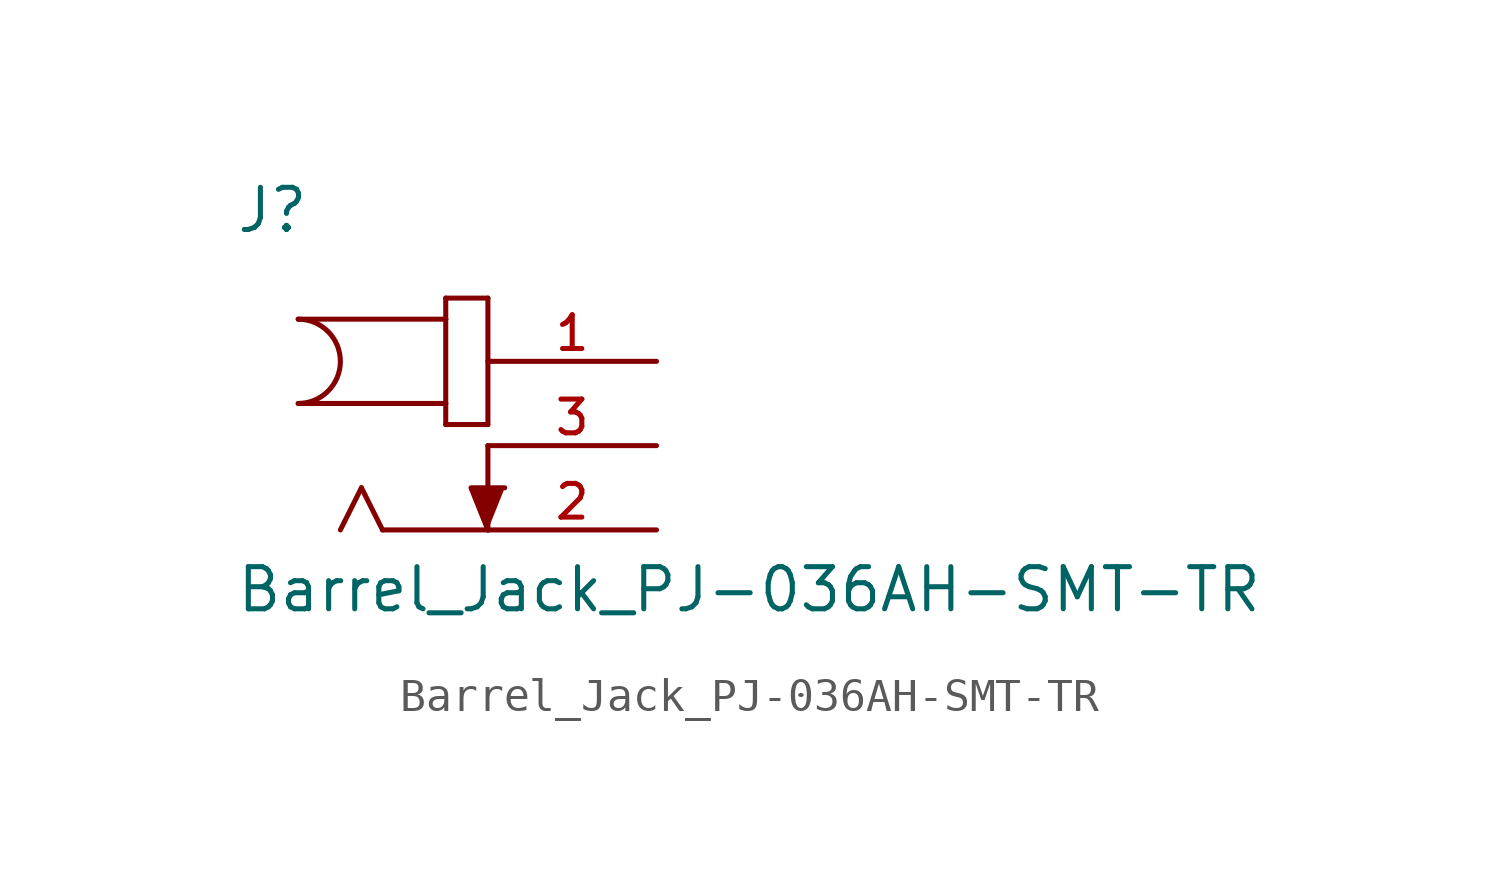
<source format=kicad_sym>
(kicad_symbol_lib
  (version 20201005)
  (generator kicad_symbol_editor)
  (symbol "NB3_charger:Barrel_Jack_PJ-036AH-SMT-TR"
    (pin_names
      (offset 1.016) hide)
    (property "Reference" "J"
      (at 0 1.27 0)
      (effects (font (size 1.27 1.27)) (justify left bottom)))
    (property "Value" "Barrel_Jack_PJ-036AH-SMT-TR"
      (at 0 -10.16 0)
      (effects (font (size 1.27 1.27)) (justify left bottom)))
    (symbol "Barrel_Jack_PJ-036AH-SMT-TR_0_0"
      (arc (start 1.905 -3.81) (end 1.905 -1.27) (radius (at 1.905 -2.54) (length 1.27) (angles 89.9 -90)) (stroke (width 0.1524)) (fill (type none)))
      (polyline (pts (xy 1.905 -1.27) (xy 6.35 -1.27)) (stroke (width 0.152)) (fill (type none)))
      (polyline (pts (xy 3.81 -6.35) (xy 3.175 -7.62)) (stroke (width 0.152)) (fill (type none)))
      (polyline (pts (xy 4.445 -7.62) (xy 3.81 -6.35)) (stroke (width 0.152)) (fill (type none)))
      (polyline (pts (xy 6.35 -4.445) (xy 7.62 -4.445)) (stroke (width 0.152)) (fill (type none)))
      (polyline (pts (xy 6.35 -3.81) (xy 1.905 -3.81)) (stroke (width 0.152)) (fill (type none)))
      (polyline (pts (xy 6.35 -3.81) (xy 6.35 -4.445)) (stroke (width 0.152)) (fill (type none)))
      (polyline (pts (xy 6.35 -1.27) (xy 6.35 -3.81)) (stroke (width 0.152)) (fill (type none)))
      (polyline (pts (xy 6.35 -0.635) (xy 6.35 -1.27)) (stroke (width 0.152)) (fill (type none)))
      (polyline (pts (xy 7.62 -7.62) (xy 4.445 -7.62)) (stroke (width 0.152)) (fill (type none)))
      (polyline (pts (xy 7.62 -5.08) (xy 7.62 -7.62)) (stroke (width 0.152)) (fill (type none)))
      (polyline (pts (xy 7.62 -4.445) (xy 7.62 -0.635)) (stroke (width 0.152)) (fill (type none)))
      (polyline (pts (xy 7.62 -0.635) (xy 6.35 -0.635)) (stroke (width 0.152)) (fill (type none)))
      (polyline (pts (xy 7.62 -7.62) (xy 7.112 -6.35) (xy 8.128 -6.35)) (stroke (width 0.152)) (fill (type outline)))
      (pin passive line (at 12.7 -2.54 180) (length 5.08) (name "1" (effects (font (size 1.016 1.016)))) (number "1" (effects (font (size 1.016 1.016)))))
      (pin passive line (at 12.7 -7.62 180) (length 5.08) (name "2" (effects (font (size 1.016 1.016)))) (number "2" (effects (font (size 1.016 1.016)))))
      (pin passive line (at 12.7 -5.08 180) (length 5.08) (name "3" (effects (font (size 1.016 1.016)))) (number "3" (effects (font (size 1.016 1.016))))))))
</source>
